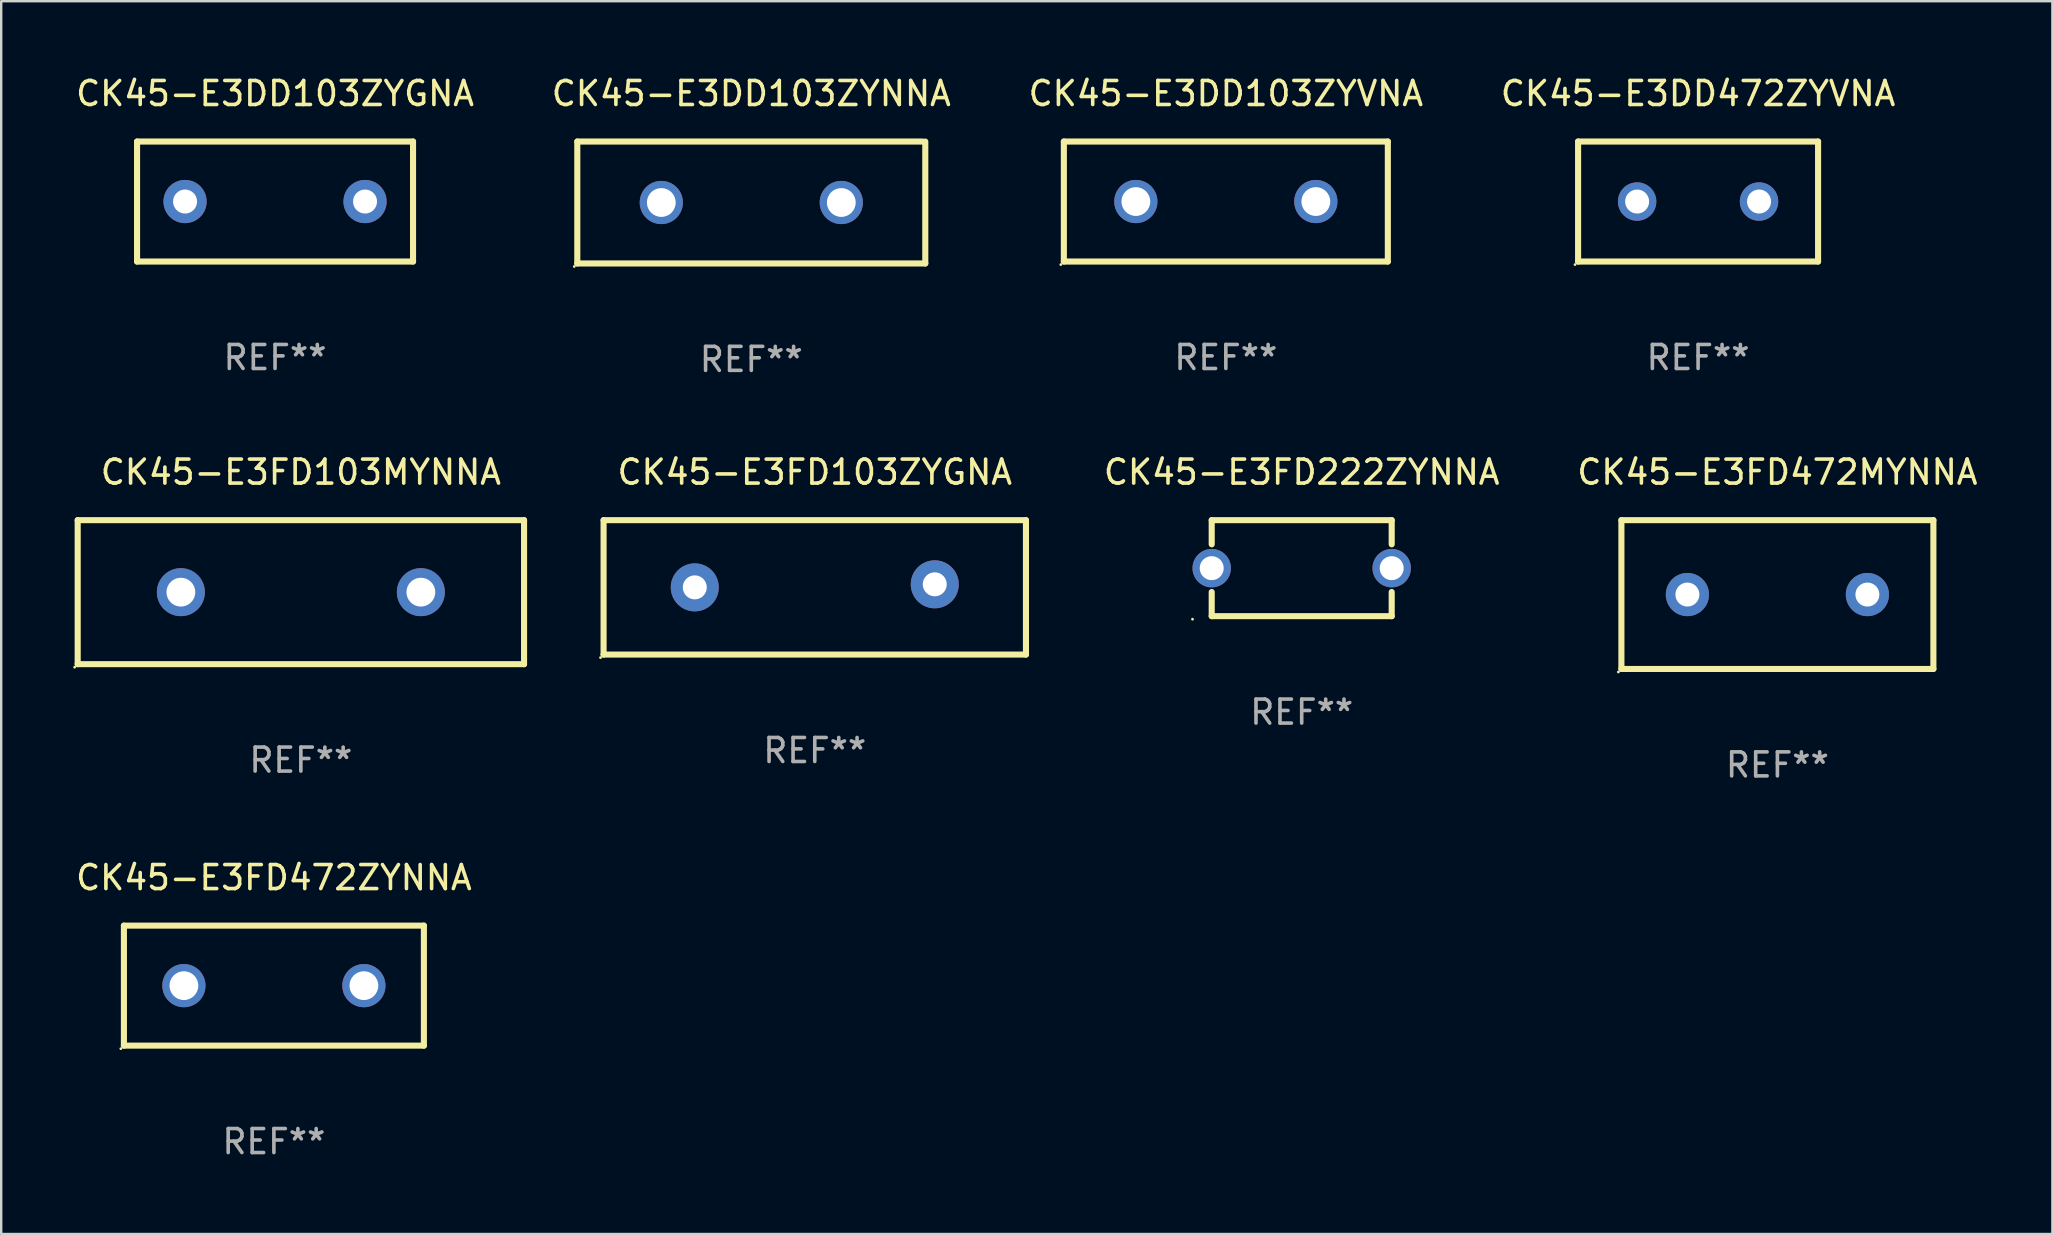
<source format=kicad_pcb>
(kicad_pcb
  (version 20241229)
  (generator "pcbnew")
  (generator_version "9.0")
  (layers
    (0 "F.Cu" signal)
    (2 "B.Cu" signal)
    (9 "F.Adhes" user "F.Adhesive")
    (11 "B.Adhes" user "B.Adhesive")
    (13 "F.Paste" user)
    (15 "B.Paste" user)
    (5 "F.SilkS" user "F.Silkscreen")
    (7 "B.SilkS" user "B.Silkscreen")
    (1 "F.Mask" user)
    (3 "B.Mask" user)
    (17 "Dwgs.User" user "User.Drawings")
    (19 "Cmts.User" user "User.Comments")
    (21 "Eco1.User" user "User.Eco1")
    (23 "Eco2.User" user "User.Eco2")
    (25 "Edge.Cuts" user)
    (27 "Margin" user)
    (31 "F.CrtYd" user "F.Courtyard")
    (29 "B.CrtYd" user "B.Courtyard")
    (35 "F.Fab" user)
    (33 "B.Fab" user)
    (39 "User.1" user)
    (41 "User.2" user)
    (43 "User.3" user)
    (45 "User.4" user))
  (footprint "CK45-E3DD472ZYVNA"
    (layer "F.Cu")
    (at 67.708 5.348)
    (property "Reference" "CK45-E3DD472ZYVNA" (at 0 -4.5 0) (layer "F.SilkS") (effects (font (size 1 1) (thickness 0.15))))
    (attr through_hole)
    (fp_line (start -5 -2.5) (end -5 2.5) (stroke (width 0.254) (type solid)) (layer "F.SilkS"))
    (fp_line (start -5 -2.5) (end 5 -2.5) (stroke (width 0.254) (type solid)) (layer "F.SilkS"))
    (fp_line (start -5 2.5) (end 5 2.5) (stroke (width 0.254) (type solid)) (layer "F.SilkS"))
    (fp_line (start 5 -2.5) (end 5 2.5) (stroke (width 0.254) (type solid)) (layer "F.SilkS"))
    (fp_circle (center -5.127 2.627) (end -5.097 2.627) (stroke (width 0.06) (type solid)) (fill no) (layer "F.SilkS"))
    (fp_text user "REF**" (at 0 6.5 0) (layer "F.Fab") (effects (font (size 1 1) (thickness 0.15))))
    (pad "1" thru_hole circle (at -2.54 0) (size 1.6 1.6) (drill 1) (layers "*.Cu" "*.Mask"))
    (pad "2" thru_hole circle (at 2.54 0) (size 1.6 1.6) (drill 1) (layers "*.Cu" "*.Mask")))
  (footprint "CK45-E3DD103ZYVNA"
    (layer "F.Cu")
    (at 48.03 5.348)
    (property "Reference" "CK45-E3DD103ZYVNA" (at 0 -4.5 0) (layer "F.SilkS") (effects (font (size 1 1) (thickness 0.15))))
    (attr through_hole)
    (fp_line (start -6.75 -2.5) (end 6.75 -2.5) (stroke (width 0.254) (type solid)) (layer "F.SilkS"))
    (fp_line (start -6.75 2.5) (end -6.75 -2.5) (stroke (width 0.254) (type solid)) (layer "F.SilkS"))
    (fp_line (start 6.75 -2.5) (end 6.75 2.5) (stroke (width 0.254) (type solid)) (layer "F.SilkS"))
    (fp_line (start 6.75 2.5) (end -6.75 2.5) (stroke (width 0.254) (type solid)) (layer "F.SilkS"))
    (fp_circle (center -6.877 2.627) (end -6.847 2.627) (stroke (width 0.06) (type solid)) (fill no) (layer "F.SilkS"))
    (fp_text user "REF**" (at 0 6.5 0) (layer "F.Fab") (effects (font (size 1 1) (thickness 0.15))))
    (pad "1" thru_hole circle (at -3.75 0) (size 1.8 1.8) (drill 1.2) (layers "*.Cu" "*.Mask"))
    (pad "2" thru_hole circle (at 3.75 0) (size 1.8 1.8) (drill 1.2) (layers "*.Cu" "*.Mask")))
  (footprint "CK45-E3FD103ZYGNA"
    (layer "F.Cu")
    (at 30.901 21.425)
    (property "Reference" "CK45-E3FD103ZYGNA" (at 0 -4.8 0) (layer "F.SilkS") (effects (font (size 1 1) (thickness 0.15))))
    (attr through_hole)
    (fp_line (start -8.8 -2.8) (end 8.8 -2.8) (stroke (width 0.254) (type solid)) (layer "F.SilkS"))
    (fp_line (start -8.8 2.8) (end -8.8 -2.8) (stroke (width 0.254) (type solid)) (layer "F.SilkS"))
    (fp_line (start 8.8 -2.8) (end 8.8 2.8) (stroke (width 0.254) (type solid)) (layer "F.SilkS"))
    (fp_line (start 8.8 2.8) (end -8.8 2.8) (stroke (width 0.254) (type solid)) (layer "F.SilkS"))
    (fp_circle (center -8.927 2.927) (end -8.897 2.927) (stroke (width 0.06) (type solid)) (fill no) (layer "F.SilkS"))
    (fp_text user "REF**" (at 0 6.8 0) (layer "F.Fab") (effects (font (size 1 1) (thickness 0.15))))
    (pad "1" thru_hole circle (at -5 0) (size 2 2) (drill 1) (layers "*.Cu" "*.Mask"))
    (pad "2" thru_hole circle (at 5 -0.127) (size 2 2) (drill 1) (layers "*.Cu" "*.Mask")))
  (footprint "CK45-E3DD103ZYGNA"
    (layer "F.Cu")
    (at 8.411 5.348)
    (property "Reference" "CK45-E3DD103ZYGNA" (at 0 -4.5 0) (layer "F.SilkS") (effects (font (size 1 1) (thickness 0.15))))
    (attr through_hole)
    (fp_line (start -5.75 -2.5) (end 5.75 -2.5) (stroke (width 0.254) (type solid)) (layer "F.SilkS"))
    (fp_line (start -5.75 2.5) (end -5.75 -2.5) (stroke (width 0.254) (type solid)) (layer "F.SilkS"))
    (fp_line (start 5.75 -2.5) (end 5.75 2.5) (stroke (width 0.254) (type solid)) (layer "F.SilkS"))
    (fp_line (start 5.75 2.5) (end -5.75 2.5) (stroke (width 0.254) (type solid)) (layer "F.SilkS"))
    (fp_circle (center -5.75 2.5) (end -5.72 2.5) (stroke (width 0.06) (type solid)) (fill no) (layer "F.SilkS"))
    (fp_text user "REF**" (at 0 6.5 0) (layer "F.Fab") (effects (font (size 1 1) (thickness 0.15))))
    (pad "1" thru_hole circle (at -3.75 0) (size 1.8 1.8) (drill 1) (layers "*.Cu" "*.Mask"))
    (pad "2" thru_hole circle (at 3.75 0) (size 1.8 1.8) (drill 1) (layers "*.Cu" "*.Mask")))
  (footprint "CK45-E3DD103ZYNNA"
    (layer "F.Cu")
    (at 28.256 5.388)
    (property "Reference" "CK45-E3DD103ZYNNA" (at 0 -4.54 0) (layer "F.SilkS") (effects (font (size 1 1) (thickness 0.15))))
    (attr through_hole)
    (fp_line (start -7.25 -2.54) (end 7.135 -2.54) (stroke (width 0.254) (type solid)) (layer "F.SilkS"))
    (fp_line (start -7.25 2.54) (end -7.25 -2.54) (stroke (width 0.254) (type solid)) (layer "F.SilkS"))
    (fp_line (start 7.25 -2.54) (end 7.25 2.54) (stroke (width 0.254) (type solid)) (layer "F.SilkS"))
    (fp_line (start 7.25 2.54) (end -7.25 2.54) (stroke (width 0.254) (type solid)) (layer "F.SilkS"))
    (fp_circle (center -7.377 2.667) (end -7.347 2.667) (stroke (width 0.06) (type solid)) (fill no) (layer "F.SilkS"))
    (fp_text user "REF**" (at 0 6.54 0) (layer "F.Fab") (effects (font (size 1 1) (thickness 0.15))))
    (pad "1" thru_hole circle (at -3.75 0) (size 1.8 1.8) (drill 1.2) (layers "*.Cu" "*.Mask"))
    (pad "2" thru_hole circle (at 3.75 0) (size 1.8 1.8) (drill 1.2) (layers "*.Cu" "*.Mask")))
  (footprint "CK45-E3FD103MYNNA"
    (layer "F.Cu")
    (at 9.487 21.625)
    (property "Reference" "CK45-E3FD103MYNNA" (at 0 -5 0) (layer "F.SilkS") (effects (font (size 1 1) (thickness 0.15))))
    (attr through_hole)
    (fp_line (start -9.3 -3) (end 9.3 -3) (stroke (width 0.254) (type solid)) (layer "F.SilkS"))
    (fp_line (start -9.3 3) (end -9.3 -3) (stroke (width 0.254) (type solid)) (layer "F.SilkS"))
    (fp_line (start 9.3 -3) (end 9.3 3) (stroke (width 0.254) (type solid)) (layer "F.SilkS"))
    (fp_line (start 9.3 3) (end -9.3 3) (stroke (width 0.254) (type solid)) (layer "F.SilkS"))
    (fp_circle (center -9.427 3.127) (end -9.397 3.127) (stroke (width 0.06) (type solid)) (fill no) (layer "F.SilkS"))
    (fp_text user "REF**" (at 0 7 0) (layer "F.Fab") (effects (font (size 1 1) (thickness 0.15))))
    (pad "1" thru_hole circle (at -5 0) (size 2 2) (drill 1.2) (layers "*.Cu" "*.Mask"))
    (pad "2" thru_hole circle (at 5 0) (size 2 2) (drill 1.2) (layers "*.Cu" "*.Mask")))
  (footprint "CK45-E3FD472MYNNA"
    (layer "F.Cu")
    (at 71.013 21.725)
    (property "Reference" "CK45-E3FD472MYNNA" (at 0 -5.1 0) (layer "F.SilkS") (effects (font (size 1 1) (thickness 0.15))))
    (attr through_hole)
    (fp_line (start -6.5 -3.1) (end -6.5 3.1) (stroke (width 0.254) (type solid)) (layer "F.SilkS"))
    (fp_line (start -6.5 -3.1) (end 6.5 -3.1) (stroke (width 0.254) (type solid)) (layer "F.SilkS"))
    (fp_line (start -6.5 3.1) (end 6.5 3.1) (stroke (width 0.254) (type solid)) (layer "F.SilkS"))
    (fp_line (start 6.5 -3.1) (end 6.5 3.1) (stroke (width 0.254) (type solid)) (layer "F.SilkS"))
    (fp_circle (center -6.627 3.227) (end -6.597 3.227) (stroke (width 0.06) (type solid)) (fill no) (layer "F.SilkS"))
    (fp_text user "REF**" (at 0 7.1 0) (layer "F.Fab") (effects (font (size 1 1) (thickness 0.15))))
    (pad "1" thru_hole circle (at -3.75 0) (size 1.8 1.8) (drill 1) (layers "*.Cu" "*.Mask"))
    (pad "2" thru_hole circle (at 3.75 0) (size 1.8 1.8) (drill 1) (layers "*.Cu" "*.Mask")))
  (footprint "CK45-E3FD222ZYNNA"
    (layer "F.Cu")
    (at 51.191 20.625)
    (property "Reference" "CK45-E3FD222ZYNNA" (at 0 -4 0) (layer "F.SilkS") (effects (font (size 1 1) (thickness 0.15))))
    (attr through_hole)
    (fp_line (start -3.75 -2) (end 3.75 -2) (stroke (width 0.254) (type solid)) (layer "F.SilkS"))
    (fp_line (start -3.75 -0.993) (end -3.75 -2) (stroke (width 0.254) (type solid)) (layer "F.SilkS"))
    (fp_line (start -3.75 2) (end -3.75 0.993) (stroke (width 0.254) (type solid)) (layer "F.SilkS"))
    (fp_line (start 3.75 -2) (end 3.75 -0.993) (stroke (width 0.254) (type solid)) (layer "F.SilkS"))
    (fp_line (start 3.75 0.993) (end 3.75 2) (stroke (width 0.254) (type solid)) (layer "F.SilkS"))
    (fp_line (start 3.75 2) (end -3.75 2) (stroke (width 0.254) (type solid)) (layer "F.SilkS"))
    (fp_circle (center -4.55 2.127) (end -4.52 2.127) (stroke (width 0.06) (type solid)) (fill no) (layer "F.SilkS"))
    (fp_text user "REF**" (at 0 6 0) (layer "F.Fab") (effects (font (size 1 1) (thickness 0.15))))
    (pad "1" thru_hole circle (at -3.75 0) (size 1.6 1.6) (drill 1) (layers "*.Cu" "*.Mask"))
    (pad "2" thru_hole circle (at 3.75 0) (size 1.6 1.6) (drill 1) (layers "*.Cu" "*.Mask")))
  (footprint "CK45-E3FD472ZYNNA"
    (layer "F.Cu")
    (at 8.363 38.021)
    (property "Reference" "CK45-E3FD472ZYNNA" (at 0 -4.5 0) (layer "F.SilkS") (effects (font (size 1 1) (thickness 0.15))))
    (attr through_hole)
    (fp_line (start -6.25 -2.5) (end 6.25 -2.5) (stroke (width 0.254) (type solid)) (layer "F.SilkS"))
    (fp_line (start -6.25 2.5) (end -6.25 -2.5) (stroke (width 0.254) (type solid)) (layer "F.SilkS"))
    (fp_line (start 6.25 -2.5) (end 6.25 2.5) (stroke (width 0.254) (type solid)) (layer "F.SilkS"))
    (fp_line (start 6.25 2.5) (end -6.25 2.5) (stroke (width 0.254) (type solid)) (layer "F.SilkS"))
    (fp_circle (center -6.377 2.627) (end -6.347 2.627) (stroke (width 0.06) (type solid)) (fill no) (layer "F.SilkS"))
    (fp_text user "REF**" (at 0 6.5 0) (layer "F.Fab") (effects (font (size 1 1) (thickness 0.15))))
    (pad "1" thru_hole circle (at -3.75 0) (size 1.8 1.8) (drill 1.2) (layers "*.Cu" "*.Mask"))
    (pad "2" thru_hole circle (at 3.75 0) (size 1.8 1.8) (drill 1.2) (layers "*.Cu" "*.Mask")))
  (gr_rect
    (start -3 -3)
    (end 82.471 48.37)
    (stroke (width 0.1) (type default))
    (fill no)
    (layer "Edge.Cuts")))
</source>
